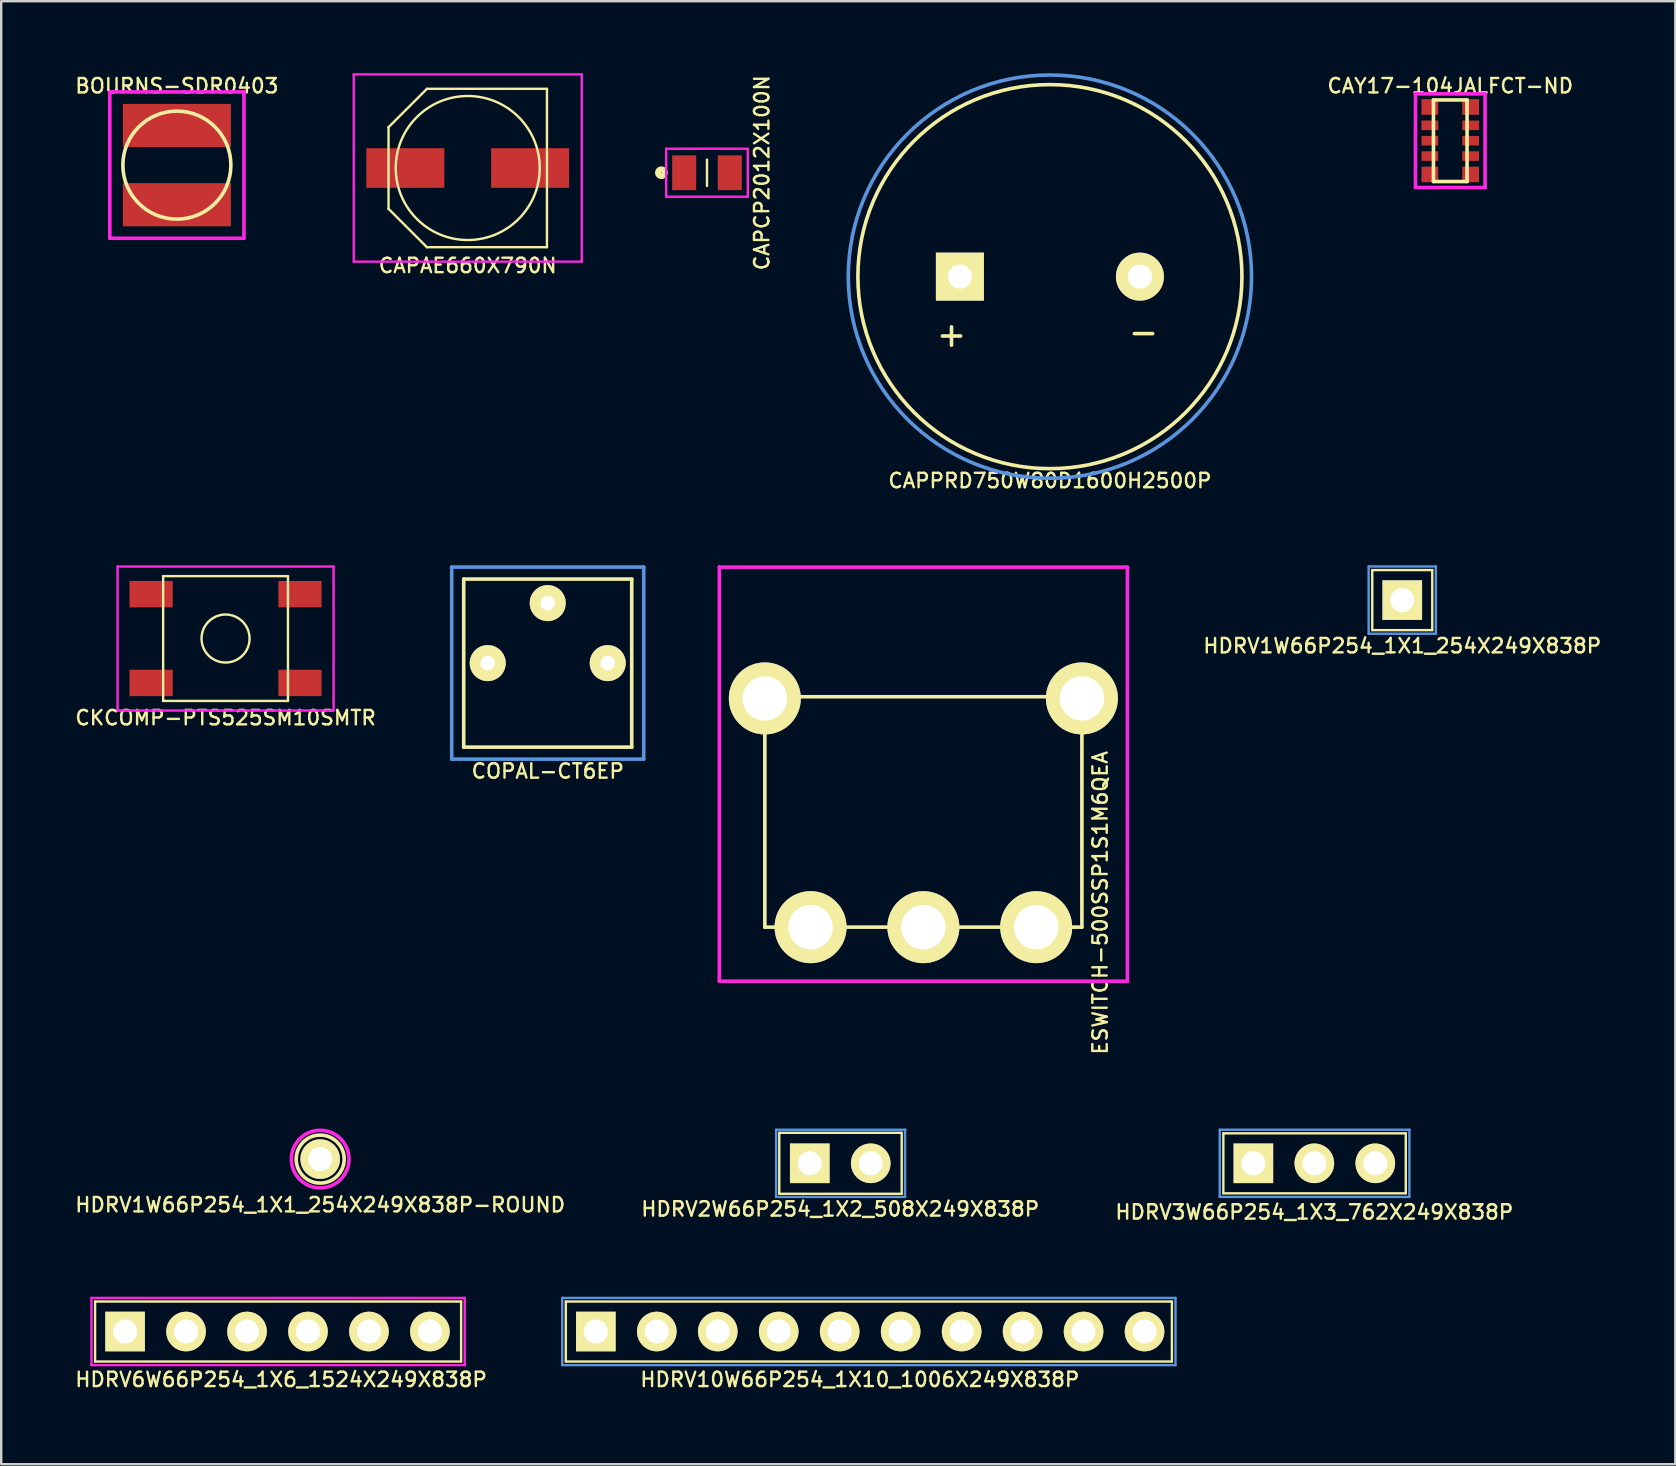
<source format=kicad_pcb>
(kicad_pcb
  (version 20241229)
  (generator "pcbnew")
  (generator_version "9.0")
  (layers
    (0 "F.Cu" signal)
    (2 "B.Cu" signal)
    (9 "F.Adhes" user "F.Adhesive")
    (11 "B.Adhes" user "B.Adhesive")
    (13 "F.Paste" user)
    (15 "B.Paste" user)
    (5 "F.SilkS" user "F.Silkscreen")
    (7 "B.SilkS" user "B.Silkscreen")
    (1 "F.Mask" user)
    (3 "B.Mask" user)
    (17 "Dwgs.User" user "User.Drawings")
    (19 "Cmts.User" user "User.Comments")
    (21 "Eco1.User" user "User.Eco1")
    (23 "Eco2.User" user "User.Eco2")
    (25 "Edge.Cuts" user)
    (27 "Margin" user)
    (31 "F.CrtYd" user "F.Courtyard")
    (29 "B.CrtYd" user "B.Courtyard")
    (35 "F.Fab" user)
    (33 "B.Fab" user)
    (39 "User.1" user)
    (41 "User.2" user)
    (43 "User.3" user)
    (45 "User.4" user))
  (footprint "HDRV6W66P254_1X6_1524X249X838P"
    (layer "F.Cu")
    (at 2.161 52.423)
    (property "Reference" "HDRV6W66P254_1X6_1524X249X838P" (at 6.5 2 0) (layer "F.SilkS") (effects (font (size 0.6 0.6) (thickness 0.1))))
    (attr through_hole)
    (fp_line (start -1.25 -1.25) (end 14 -1.25) (stroke (width 0.1) (type solid)) (layer "F.SilkS"))
    (fp_line (start -1.25 1.25) (end -1.25 -1.25) (stroke (width 0.1) (type solid)) (layer "F.SilkS"))
    (fp_line (start 14 -1.25) (end 14 1.25) (stroke (width 0.1) (type solid)) (layer "F.SilkS"))
    (fp_line (start 14 1.25) (end -1.25 1.25) (stroke (width 0.1) (type solid)) (layer "F.SilkS"))
    (fp_line (start -1.4 -1.4) (end 14.15 -1.4) (stroke (width 0.1) (type solid)) (layer "F.CrtYd"))
    (fp_line (start -1.4 1.4) (end -1.4 -1.4) (stroke (width 0.1) (type solid)) (layer "F.CrtYd"))
    (fp_line (start 14.15 -1.4) (end 14.15 1.4) (stroke (width 0.1) (type solid)) (layer "F.CrtYd"))
    (fp_line (start 14.15 1.4) (end -1.4 1.4) (stroke (width 0.1) (type solid)) (layer "F.CrtYd"))
    (pad "1" thru_hole rect (at 0 0) (size 1.65 1.65) (drill 1) (layers "*.Cu" "*.Mask" "F.SilkS"))
    (pad "2" thru_hole circle (at 2.54 0) (size 1.65 1.65) (drill 1) (layers "*.Cu" "*.Mask" "F.SilkS"))
    (pad "3" thru_hole circle (at 5.08 0) (size 1.65 1.65) (drill 1) (layers "*.Cu" "*.Mask" "F.SilkS"))
    (pad "4" thru_hole circle (at 7.62 0) (size 1.65 1.65) (drill 1) (layers "*.Cu" "*.Mask" "F.SilkS"))
    (pad "5" thru_hole circle (at 10.16 0) (size 1.65 1.65) (drill 1) (layers "*.Cu" "*.Mask" "F.SilkS"))
    (pad "6" thru_hole circle (at 12.7 0) (size 1.65 1.65) (drill 1) (layers "*.Cu" "*.Mask" "F.SilkS")))
  (footprint "HDRV2W66P254_1X2_508X249X838P"
    (layer "F.Cu")
    (at 30.686 45.415)
    (property "Reference" "HDRV2W66P254_1X2_508X249X838P" (at 1.27 1.905 0) (layer "F.SilkS") (effects (font (size 0.6 0.6) (thickness 0.1))))
    (attr through_hole)
    (fp_line (start -1.27 -1.27) (end 3.83 -1.27) (stroke (width 0.1) (type solid)) (layer "F.SilkS"))
    (fp_line (start -1.27 1.27) (end -1.27 -1.27) (stroke (width 0.1) (type solid)) (layer "F.SilkS"))
    (fp_line (start 3.83 -1.27) (end 3.83 1.27) (stroke (width 0.1) (type solid)) (layer "F.SilkS"))
    (fp_line (start 3.83 1.27) (end -1.27 1.27) (stroke (width 0.1) (type solid)) (layer "F.SilkS"))
    (fp_line (start -1.4 -1.4) (end 3.98 -1.4) (stroke (width 0.1) (type solid)) (layer "Cmts.User"))
    (fp_line (start -1.4 1.4) (end -1.4 -1.4) (stroke (width 0.1) (type solid)) (layer "Cmts.User"))
    (fp_line (start 3.97 -1.4) (end 3.97 1.4) (stroke (width 0.1) (type solid)) (layer "Cmts.User"))
    (fp_line (start 3.97 1.4) (end -1.4 1.4) (stroke (width 0.1) (type solid)) (layer "Cmts.User"))
    (pad "1" thru_hole rect (at 0 0) (size 1.65 1.65) (drill 1) (layers "*.Cu" "*.Mask" "F.SilkS"))
    (pad "2" thru_hole circle (at 2.54 0) (size 1.65 1.65) (drill 1) (layers "*.Cu" "*.Mask" "F.SilkS")))
  (footprint "HDRV10W66P254_1X10_1006X249X838P"
    (layer "F.Cu")
    (at 21.773 52.423)
    (property "Reference" "HDRV10W66P254_1X10_1006X249X838P" (at 11 2 0) (layer "F.SilkS") (effects (font (size 0.6 0.6) (thickness 0.1))))
    (attr through_hole)
    (fp_line (start -1.25 -1.25) (end 24 -1.25) (stroke (width 0.1) (type solid)) (layer "F.SilkS"))
    (fp_line (start -1.25 1.25) (end -1.25 -1.25) (stroke (width 0.1) (type solid)) (layer "F.SilkS"))
    (fp_line (start 24 -1.25) (end 24 1.25) (stroke (width 0.1) (type solid)) (layer "F.SilkS"))
    (fp_line (start 24 1.25) (end -1.25 1.25) (stroke (width 0.1) (type solid)) (layer "F.SilkS"))
    (fp_line (start -1.4 -1.4) (end 24.15 -1.4) (stroke (width 0.1) (type solid)) (layer "Cmts.User"))
    (fp_line (start -1.4 1.4) (end -1.4 -1.4) (stroke (width 0.1) (type solid)) (layer "Cmts.User"))
    (fp_line (start 24.15 -1.4) (end 24.15 1.4) (stroke (width 0.1) (type solid)) (layer "Cmts.User"))
    (fp_line (start 24.15 1.4) (end -1.4 1.4) (stroke (width 0.1) (type solid)) (layer "Cmts.User"))
    (pad "1" thru_hole rect (at 0 0) (size 1.65 1.65) (drill 1) (layers "*.Cu" "*.Mask" "F.SilkS"))
    (pad "2" thru_hole circle (at 2.54 0) (size 1.65 1.65) (drill 1) (layers "*.Cu" "*.Mask" "F.SilkS"))
    (pad "3" thru_hole circle (at 5.08 0) (size 1.65 1.65) (drill 1) (layers "*.Cu" "*.Mask" "F.SilkS"))
    (pad "4" thru_hole circle (at 7.62 0) (size 1.65 1.65) (drill 1) (layers "*.Cu" "*.Mask" "F.SilkS"))
    (pad "5" thru_hole circle (at 10.16 0) (size 1.65 1.65) (drill 1) (layers "*.Cu" "*.Mask" "F.SilkS"))
    (pad "6" thru_hole circle (at 12.7 0) (size 1.65 1.65) (drill 1) (layers "*.Cu" "*.Mask" "F.SilkS"))
    (pad "7" thru_hole circle (at 15.24 0) (size 1.65 1.65) (drill 1) (layers "*.Cu" "*.Mask" "F.SilkS"))
    (pad "8" thru_hole circle (at 17.78 0) (size 1.65 1.65) (drill 1) (layers "*.Cu" "*.Mask" "F.SilkS"))
    (pad "9" thru_hole circle (at 20.32 0) (size 1.65 1.65) (drill 1) (layers "*.Cu" "*.Mask" "F.SilkS"))
    (pad "10" thru_hole circle (at 22.86 0) (size 1.65 1.65) (drill 1) (layers "*.Cu" "*.Mask" "F.SilkS")))
  (footprint "BOURNS-SDR0403"
    (layer "F.Cu")
    (at 4.319 3.829)
    (property "Reference" "BOURNS-SDR0403" (at 0 -3.302 0) (layer "F.SilkS") (effects (font (size 0.6 0.6) (thickness 0.1))))
    (attr through_hole)
    (fp_circle (center 0 0) (end 2.25 0) (stroke (width 0.15) (type solid)) (fill no) (layer "F.SilkS"))
    (fp_line (start -2.794 -3.048) (end 2.794 -3.048) (stroke (width 0.15) (type solid)) (layer "F.CrtYd"))
    (fp_line (start -2.794 3.048) (end -2.794 -3.048) (stroke (width 0.15) (type solid)) (layer "F.CrtYd"))
    (fp_line (start 2.794 -3.048) (end 2.794 3.048) (stroke (width 0.15) (type solid)) (layer "F.CrtYd"))
    (fp_line (start 2.794 3.048) (end -2.794 3.048) (stroke (width 0.15) (type solid)) (layer "F.CrtYd"))
    (pad "1" smd rect (at 0 -1.65) (size 4.5 1.8) (layers "F.Cu" "F.Mask" "F.Paste"))
    (pad "2" smd rect (at 0 1.65) (size 4.5 1.8) (layers "F.Cu" "F.Mask" "F.Paste")))
  (footprint "ESWITCH-500SSP1S1M6QEA"
    (layer "F.Cu")
    (at 35.419 35.577)
    (property "Reference" "ESWITCH-500SSP1S1M6QEA" (at 7.366 -1.016 90) (layer "F.SilkS") (effects (font (size 0.6 0.6) (thickness 0.1))))
    (attr through_hole)
    (fp_line (start -6.605 -9.6) (end -6.605 0) (stroke (width 0.15) (type solid)) (layer "F.SilkS"))
    (fp_line (start -6.605 0) (end 6.605 0) (stroke (width 0.15) (type solid)) (layer "F.SilkS"))
    (fp_line (start 6.605 -9.6) (end -6.605 -9.6) (stroke (width 0.15) (type solid)) (layer "F.SilkS"))
    (fp_line (start 6.605 0) (end 6.605 -9.6) (stroke (width 0.15) (type solid)) (layer "F.SilkS"))
    (fp_line (start -8.5 -15) (end -8.5 2.25) (stroke (width 0.15) (type solid)) (layer "F.CrtYd"))
    (fp_line (start -8.5 2.25) (end 8.5 2.25) (stroke (width 0.15) (type solid)) (layer "F.CrtYd"))
    (fp_line (start 8.5 -15) (end -8.5 -15) (stroke (width 0.15) (type solid)) (layer "F.CrtYd"))
    (fp_line (start 8.5 2.25) (end 8.5 -15) (stroke (width 0.15) (type solid)) (layer "F.CrtYd"))
    (pad "" thru_hole circle (at -6.605 -9.53) (size 3 3) (drill 1.85) (layers "*.Cu" "*.Mask" "F.SilkS"))
    (pad "" thru_hole circle (at 6.605 -9.53) (size 3 3) (drill 1.85) (layers "*.Cu" "*.Mask" "F.SilkS"))
    (pad "1" thru_hole circle (at -4.7 0) (size 3 3) (drill 1.85) (layers "*.Cu" "*.Mask" "F.SilkS"))
    (pad "2" thru_hole circle (at 0 0) (size 3 3) (drill 1.85) (layers "*.Cu" "*.Mask" "F.SilkS"))
    (pad "3" thru_hole circle (at 4.7 0) (size 3 3) (drill 1.85) (layers "*.Cu" "*.Mask" "F.SilkS")))
  (footprint "CAPAE660X790N"
    (layer "F.Cu")
    (at 16.437 3.95)
    (property "Reference" "CAPAE660X790N" (at 0 4.064 0) (layer "F.SilkS") (effects (font (size 0.6 0.6) (thickness 0.1))))
    (attr through_hole)
    (fp_line (start -3.3 -1.7) (end -3.3 1.7) (stroke (width 0.1) (type solid)) (layer "F.SilkS"))
    (fp_line (start -3.3 1.7) (end -1.7 3.3) (stroke (width 0.1) (type solid)) (layer "F.SilkS"))
    (fp_line (start -1.7 -3.3) (end -3.3 -1.7) (stroke (width 0.1) (type solid)) (layer "F.SilkS"))
    (fp_line (start -1.7 3.3) (end 3.3 3.3) (stroke (width 0.1) (type solid)) (layer "F.SilkS"))
    (fp_line (start 3.3 -3.3) (end -1.7 -3.3) (stroke (width 0.1) (type solid)) (layer "F.SilkS"))
    (fp_line (start 3.3 3.3) (end 3.3 -3.3) (stroke (width 0.1) (type solid)) (layer "F.SilkS"))
    (fp_circle (center 0 0) (end 3 0) (stroke (width 0.1) (type solid)) (fill no) (layer "F.SilkS"))
    (fp_line (start -4.75 -3.9) (end 4.75 -3.9) (stroke (width 0.1) (type solid)) (layer "F.CrtYd"))
    (fp_line (start -4.75 3.9) (end -4.75 -3.9) (stroke (width 0.1) (type solid)) (layer "F.CrtYd"))
    (fp_line (start 4.75 -3.9) (end 4.75 3.9) (stroke (width 0.1) (type solid)) (layer "F.CrtYd"))
    (fp_line (start 4.75 3.9) (end -4.75 3.9) (stroke (width 0.1) (type solid)) (layer "F.CrtYd"))
    (pad "1" smd rect (at -2.6 0) (size 3.25 1.65) (layers "F.Cu" "F.Mask" "F.Paste"))
    (pad "2" smd rect (at 2.6 0) (size 3.25 1.65) (layers "F.Cu" "F.Mask" "F.Paste")))
  (footprint "HDRV3W66P254_1X3_762X249X838P"
    (layer "F.Cu")
    (at 49.167 45.415)
    (property "Reference" "HDRV3W66P254_1X3_762X249X838P" (at 2.54 2.032 0) (layer "F.SilkS") (effects (font (size 0.6 0.6) (thickness 0.1))))
    (attr through_hole)
    (fp_line (start -1.25 -1.25) (end 6.35 -1.25) (stroke (width 0.1) (type solid)) (layer "F.SilkS"))
    (fp_line (start -1.25 1.25) (end -1.25 -1.25) (stroke (width 0.1) (type solid)) (layer "F.SilkS"))
    (fp_line (start 6.35 -1.25) (end 6.35 1.25) (stroke (width 0.1) (type solid)) (layer "F.SilkS"))
    (fp_line (start 6.35 1.25) (end -1.25 1.25) (stroke (width 0.1) (type solid)) (layer "F.SilkS"))
    (fp_line (start -1.4 -1.4) (end 6.5 -1.4) (stroke (width 0.1) (type solid)) (layer "Cmts.User"))
    (fp_line (start -1.4 1.4) (end -1.4 -1.4) (stroke (width 0.1) (type solid)) (layer "Cmts.User"))
    (fp_line (start 6.5 -1.4) (end 6.5 1.4) (stroke (width 0.1) (type solid)) (layer "Cmts.User"))
    (fp_line (start 6.5 1.4) (end -1.4 1.4) (stroke (width 0.1) (type solid)) (layer "Cmts.User"))
    (pad "1" thru_hole rect (at 0 0) (size 1.65 1.65) (drill 1) (layers "*.Cu" "*.Mask" "F.SilkS"))
    (pad "2" thru_hole circle (at 2.54 0) (size 1.65 1.65) (drill 1) (layers "*.Cu" "*.Mask" "F.SilkS"))
    (pad "3" thru_hole circle (at 5.08 0) (size 1.65 1.65) (drill 1) (layers "*.Cu" "*.Mask" "F.SilkS")))
  (footprint "COPAL-CT6EP"
    (layer "F.Cu")
    (at 19.769 24.576)
    (property "Reference" "COPAL-CT6EP" (at 0 4.5 0) (layer "F.SilkS") (effects (font (size 0.6 0.6) (thickness 0.1))))
    (attr through_hole)
    (fp_line (start -3.5 -3.5) (end 3.5 -3.5) (stroke (width 0.15) (type solid)) (layer "F.SilkS"))
    (fp_line (start -3.5 3.5) (end -3.5 -3.5) (stroke (width 0.15) (type solid)) (layer "F.SilkS"))
    (fp_line (start 3.5 -3.5) (end 3.5 3.5) (stroke (width 0.15) (type solid)) (layer "F.SilkS"))
    (fp_line (start 3.5 3.5) (end -3.5 3.5) (stroke (width 0.15) (type solid)) (layer "F.SilkS"))
    (fp_line (start -4 -4) (end 4 -4) (stroke (width 0.15) (type solid)) (layer "Cmts.User"))
    (fp_line (start -4 4) (end -4 -4) (stroke (width 0.15) (type solid)) (layer "Cmts.User"))
    (fp_line (start 4 -4) (end 4 4) (stroke (width 0.15) (type solid)) (layer "Cmts.User"))
    (fp_line (start 4 4) (end -4 4) (stroke (width 0.15) (type solid)) (layer "Cmts.User"))
    (pad "1" thru_hole circle (at -2.5 0) (size 1.5 1.5) (drill 0.6) (layers "*.Cu" "*.Mask" "F.SilkS"))
    (pad "2" thru_hole circle (at 0 -2.5) (size 1.5 1.5) (drill 0.6) (layers "*.Cu" "*.Mask" "F.SilkS"))
    (pad "3" thru_hole circle (at 2.5 0) (size 1.5 1.5) (drill 0.6) (layers "*.Cu" "*.Mask" "F.SilkS")))
  (footprint "CAY17-104JALFCT-ND"
    (layer "F.Cu")
    (at 57.37 2.812)
    (property "Reference" "CAY17-104JALFCT-ND" (at 0 -2.286 0) (layer "F.SilkS") (effects (font (size 0.6 0.6) (thickness 0.1))))
    (attr through_hole)
    (fp_line (start -0.7 -1.7) (end 0.7 -1.7) (stroke (width 0.15) (type solid)) (layer "F.SilkS"))
    (fp_line (start -0.7 1.7) (end -0.7 -1.7) (stroke (width 0.15) (type solid)) (layer "F.SilkS"))
    (fp_line (start 0.7 -1.7) (end 0.7 1.7) (stroke (width 0.15) (type solid)) (layer "F.SilkS"))
    (fp_line (start 0.7 1.7) (end -0.7 1.7) (stroke (width 0.15) (type solid)) (layer "F.SilkS"))
    (fp_line (start -1.45 -1.95) (end 1.45 -1.95) (stroke (width 0.15) (type solid)) (layer "F.CrtYd"))
    (fp_line (start -1.45 1.95) (end -1.45 -1.95) (stroke (width 0.15) (type solid)) (layer "F.CrtYd"))
    (fp_line (start 1.45 -1.95) (end 1.45 1.95) (stroke (width 0.15) (type solid)) (layer "F.CrtYd"))
    (fp_line (start 1.45 1.95) (end -1.45 1.95) (stroke (width 0.15) (type solid)) (layer "F.CrtYd"))
    (pad "1" smd rect (at -0.85 -1.405) (size 0.7 0.65) (layers "F.Cu" "F.Mask" "F.Paste"))
    (pad "2" smd rect (at -0.85 -0.64) (size 0.7 0.4) (layers "F.Cu" "F.Mask" "F.Paste"))
    (pad "3" smd rect (at -0.85 0) (size 0.7 0.4) (layers "F.Cu" "F.Mask" "F.Paste"))
    (pad "4" smd rect (at -0.85 0.64) (size 0.7 0.4) (layers "F.Cu" "F.Mask" "F.Paste"))
    (pad "5" smd rect (at -0.85 1.405) (size 0.7 0.65) (layers "F.Cu" "F.Mask" "F.Paste"))
    (pad "6" smd rect (at 0.85 1.405) (size 0.7 0.65) (layers "F.Cu" "F.Mask" "F.Paste"))
    (pad "7" smd rect (at 0.85 0.64) (size 0.7 0.4) (layers "F.Cu" "F.Mask" "F.Paste"))
    (pad "8" smd rect (at 0.85 0) (size 0.7 0.4) (layers "F.Cu" "F.Mask" "F.Paste"))
    (pad "9" smd rect (at 0.85 -0.64) (size 0.7 0.4) (layers "F.Cu" "F.Mask" "F.Paste"))
    (pad "10" smd rect (at 0.85 -1.405) (size 0.7 0.65) (layers "F.Cu" "F.Mask" "F.Paste")))
  (footprint "HDRV1W66P254_1X1_254X249X838P"
    (layer "F.Cu")
    (at 55.37 21.951)
    (property "Reference" "HDRV1W66P254_1X1_254X249X838P" (at 0 1.905 0) (layer "F.SilkS") (effects (font (size 0.6 0.6) (thickness 0.1))))
    (attr through_hole)
    (fp_line (start -1.25 -1.25) (end 1.25 -1.25) (stroke (width 0.1) (type solid)) (layer "F.SilkS"))
    (fp_line (start -1.25 1.25) (end -1.25 -1.25) (stroke (width 0.1) (type solid)) (layer "F.SilkS"))
    (fp_line (start 1.25 -1.25) (end 1.25 1.25) (stroke (width 0.1) (type solid)) (layer "F.SilkS"))
    (fp_line (start 1.25 1.25) (end -1.25 1.25) (stroke (width 0.1) (type solid)) (layer "F.SilkS"))
    (fp_line (start -1.4 -1.4) (end 1.4 -1.4) (stroke (width 0.1) (type solid)) (layer "Cmts.User"))
    (fp_line (start -1.4 1.4) (end -1.4 -1.4) (stroke (width 0.1) (type solid)) (layer "Cmts.User"))
    (fp_line (start 1.4 -1.4) (end 1.4 1.4) (stroke (width 0.1) (type solid)) (layer "Cmts.User"))
    (fp_line (start 1.4 1.4) (end -1.4 1.4) (stroke (width 0.1) (type solid)) (layer "Cmts.User"))
    (pad "1" thru_hole rect (at 0 0) (size 1.65 1.65) (drill 1) (layers "*.Cu" "*.Mask" "F.SilkS")))
  (footprint "CAPPRD750W80D1600H2500P"
    (layer "F.Cu")
    (at 40.691 8.475)
    (property "Reference" "CAPPRD750W80D1600H2500P" (at 0 8.5 0) (layer "F.SilkS") (effects (font (size 0.6 0.6) (thickness 0.1))))
    (attr through_hole)
    (fp_circle (center 0 0) (end 8 0) (stroke (width 0.15) (type solid)) (fill no) (layer "F.SilkS"))
    (fp_circle (center 0 0) (end 8.4 0) (stroke (width 0.15) (type solid)) (fill no) (layer "Cmts.User"))
    (fp_text user "-" (at 3.9 2.3 0) (layer "F.SilkS") (effects (font (size 1 1) (thickness 0.15))))
    (fp_text user "+" (at -4.1 2.4 0) (layer "F.SilkS") (effects (font (size 1 1) (thickness 0.15))))
    (pad "1" thru_hole rect (at -3.75 0) (size 2 2) (drill 1) (layers "*.Cu" "*.Mask" "F.SilkS"))
    (pad "2" thru_hole circle (at 3.75 0) (size 2 2) (drill 1) (layers "*.Cu" "*.Mask" "F.SilkS")))
  (footprint "HDRV1W66P254_1X1_254X249X838P-ROUND"
    (layer "F.Cu")
    (at 10.29 45.24)
    (property "Reference" "HDRV1W66P254_1X1_254X249X838P-ROUND" (at 0 1.905 0) (layer "F.SilkS") (effects (font (size 0.6 0.6) (thickness 0.1))))
    (attr through_hole)
    (fp_circle (center 0 0) (end 1 0) (stroke (width 0.15) (type solid)) (fill no) (layer "F.SilkS"))
    (fp_circle (center 0 0) (end 1.2 0) (stroke (width 0.15) (type solid)) (fill no) (layer "F.CrtYd"))
    (pad "1" thru_hole circle (at 0 0) (size 1.65 1.65) (drill 1) (layers "*.Cu" "*.Mask" "F.SilkS")))
  (footprint "CKCOMP-PTS525SM10SMTR"
    (layer "F.Cu")
    (at 6.347 23.552)
    (property "Reference" "CKCOMP-PTS525SM10SMTR" (at 0 3.302 0) (layer "F.SilkS") (effects (font (size 0.6 0.6) (thickness 0.1))))
    (attr through_hole)
    (fp_line (start -2.6 -2.6) (end 2.6 -2.6) (stroke (width 0.1) (type solid)) (layer "F.SilkS"))
    (fp_line (start -2.6 2.6) (end -2.6 -2.6) (stroke (width 0.1) (type solid)) (layer "F.SilkS"))
    (fp_line (start 2.6 -2.6) (end 2.6 2.6) (stroke (width 0.1) (type solid)) (layer "F.SilkS"))
    (fp_line (start 2.6 2.6) (end -2.6 2.6) (stroke (width 0.1) (type solid)) (layer "F.SilkS"))
    (fp_circle (center 0 0) (end 1 0) (stroke (width 0.1) (type solid)) (fill no) (layer "F.SilkS"))
    (fp_line (start -4.5 -3) (end 4.5 -3) (stroke (width 0.1) (type solid)) (layer "F.CrtYd"))
    (fp_line (start -4.5 3) (end -4.5 -3) (stroke (width 0.1) (type solid)) (layer "F.CrtYd"))
    (fp_line (start 4.5 -3) (end 4.5 3) (stroke (width 0.1) (type solid)) (layer "F.CrtYd"))
    (fp_line (start 4.5 3) (end -4.5 3) (stroke (width 0.1) (type solid)) (layer "F.CrtYd"))
    (pad "1" smd rect (at -3.1 -1.85) (size 1.8 1.1) (layers "F.Cu" "F.Mask" "F.Paste"))
    (pad "2" smd rect (at 3.1 -1.85) (size 1.8 1.1) (layers "F.Cu" "F.Mask" "F.Paste"))
    (pad "3" smd rect (at -3.1 1.85) (size 1.8 1.1) (layers "F.Cu" "F.Mask" "F.Paste"))
    (pad "4" smd rect (at 3.1 1.85) (size 1.8 1.1) (layers "F.Cu" "F.Mask" "F.Paste")))
  (footprint "CAPCP2012X100N"
    (layer "F.Cu")
    (at 26.404 4.147)
    (property "Reference" "CAPCP2012X100N" (at 2.286 0 90) (layer "F.SilkS") (effects (font (size 0.6 0.6) (thickness 0.1))))
    (attr through_hole)
    (fp_line (start 0 -0.55) (end 0 0.55) (stroke (width 0.1) (type solid)) (layer "F.SilkS"))
    (fp_circle (center -1.9 0) (end -1.8 0.1) (stroke (width 0.25) (type solid)) (fill no) (layer "F.SilkS"))
    (fp_line (start -1.7 -1) (end 1.7 -1) (stroke (width 0.1) (type solid)) (layer "F.CrtYd"))
    (fp_line (start -1.7 1) (end -1.7 -1) (stroke (width 0.1) (type solid)) (layer "F.CrtYd"))
    (fp_line (start 1.7 -1) (end 1.7 1) (stroke (width 0.1) (type solid)) (layer "F.CrtYd"))
    (fp_line (start 1.7 1) (end -1.7 1) (stroke (width 0.1) (type solid)) (layer "F.CrtYd"))
    (pad "1" smd rect (at -0.95 0) (size 1 1.45) (layers "F.Cu" "F.Mask" "F.Paste"))
    (pad "2" smd rect (at 0.95 0) (size 1 1.45) (layers "F.Cu" "F.Mask" "F.Paste")))
  (gr_rect
    (start -3 -3)
    (end 66.746 57.95)
    (stroke (width 0.1) (type default))
    (fill no)
    (layer "Edge.Cuts")))
</source>
